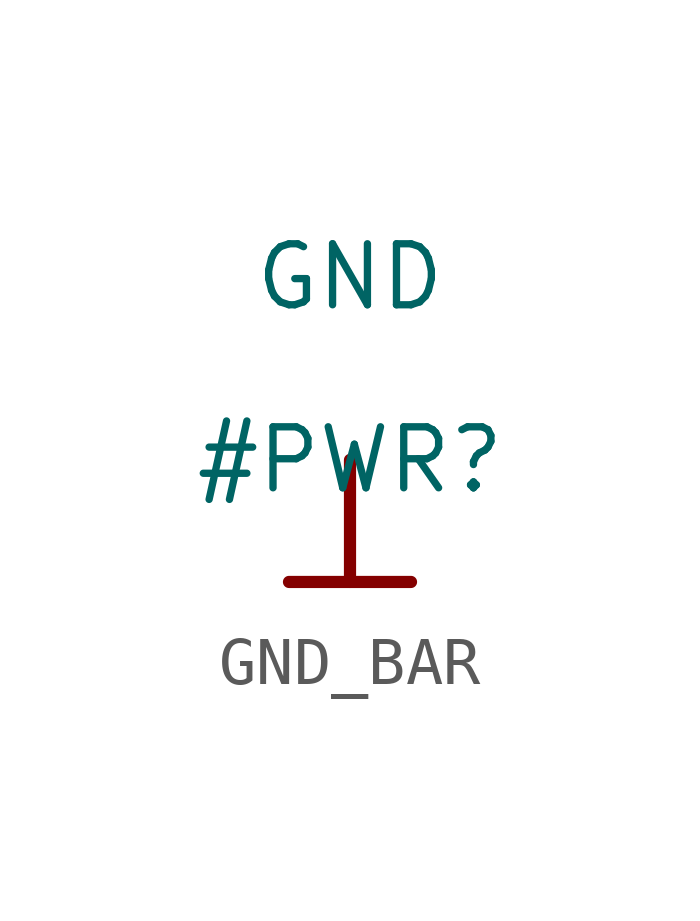
<source format=kicad_sym>
(kicad_symbol_lib
  (version 20231120)
  (generator "kicad_symbol_editor")
  (generator_version "8.0")
  (symbol "GND_BAR"
    (power)
    (property "Reference" "#PWR"
      (at 0 0 0)
      (effects (font (size 1.27 1.27))))
    (property "Value" "GND"
      (at 0 3.81 0)
      (effects (font (size 1.27 1.27))))
    (symbol "GND_BAR_0_0"
      (polyline (pts (xy -1.27 -2.54) (xy 1.27 -2.54)) (stroke (width 0.254) (type solid)) (fill (type none)))
      (polyline (pts (xy 0 0) (xy 0 -2.54)) (stroke (width 0.254) (type solid)) (fill (type none)))
      (pin power_in line (at 0 0 0) (length 0) hide (name "GND" (effects (font (size 1.27 1.27)))) (number "" (effects (font (size 1.27 1.27))))))))
</source>
